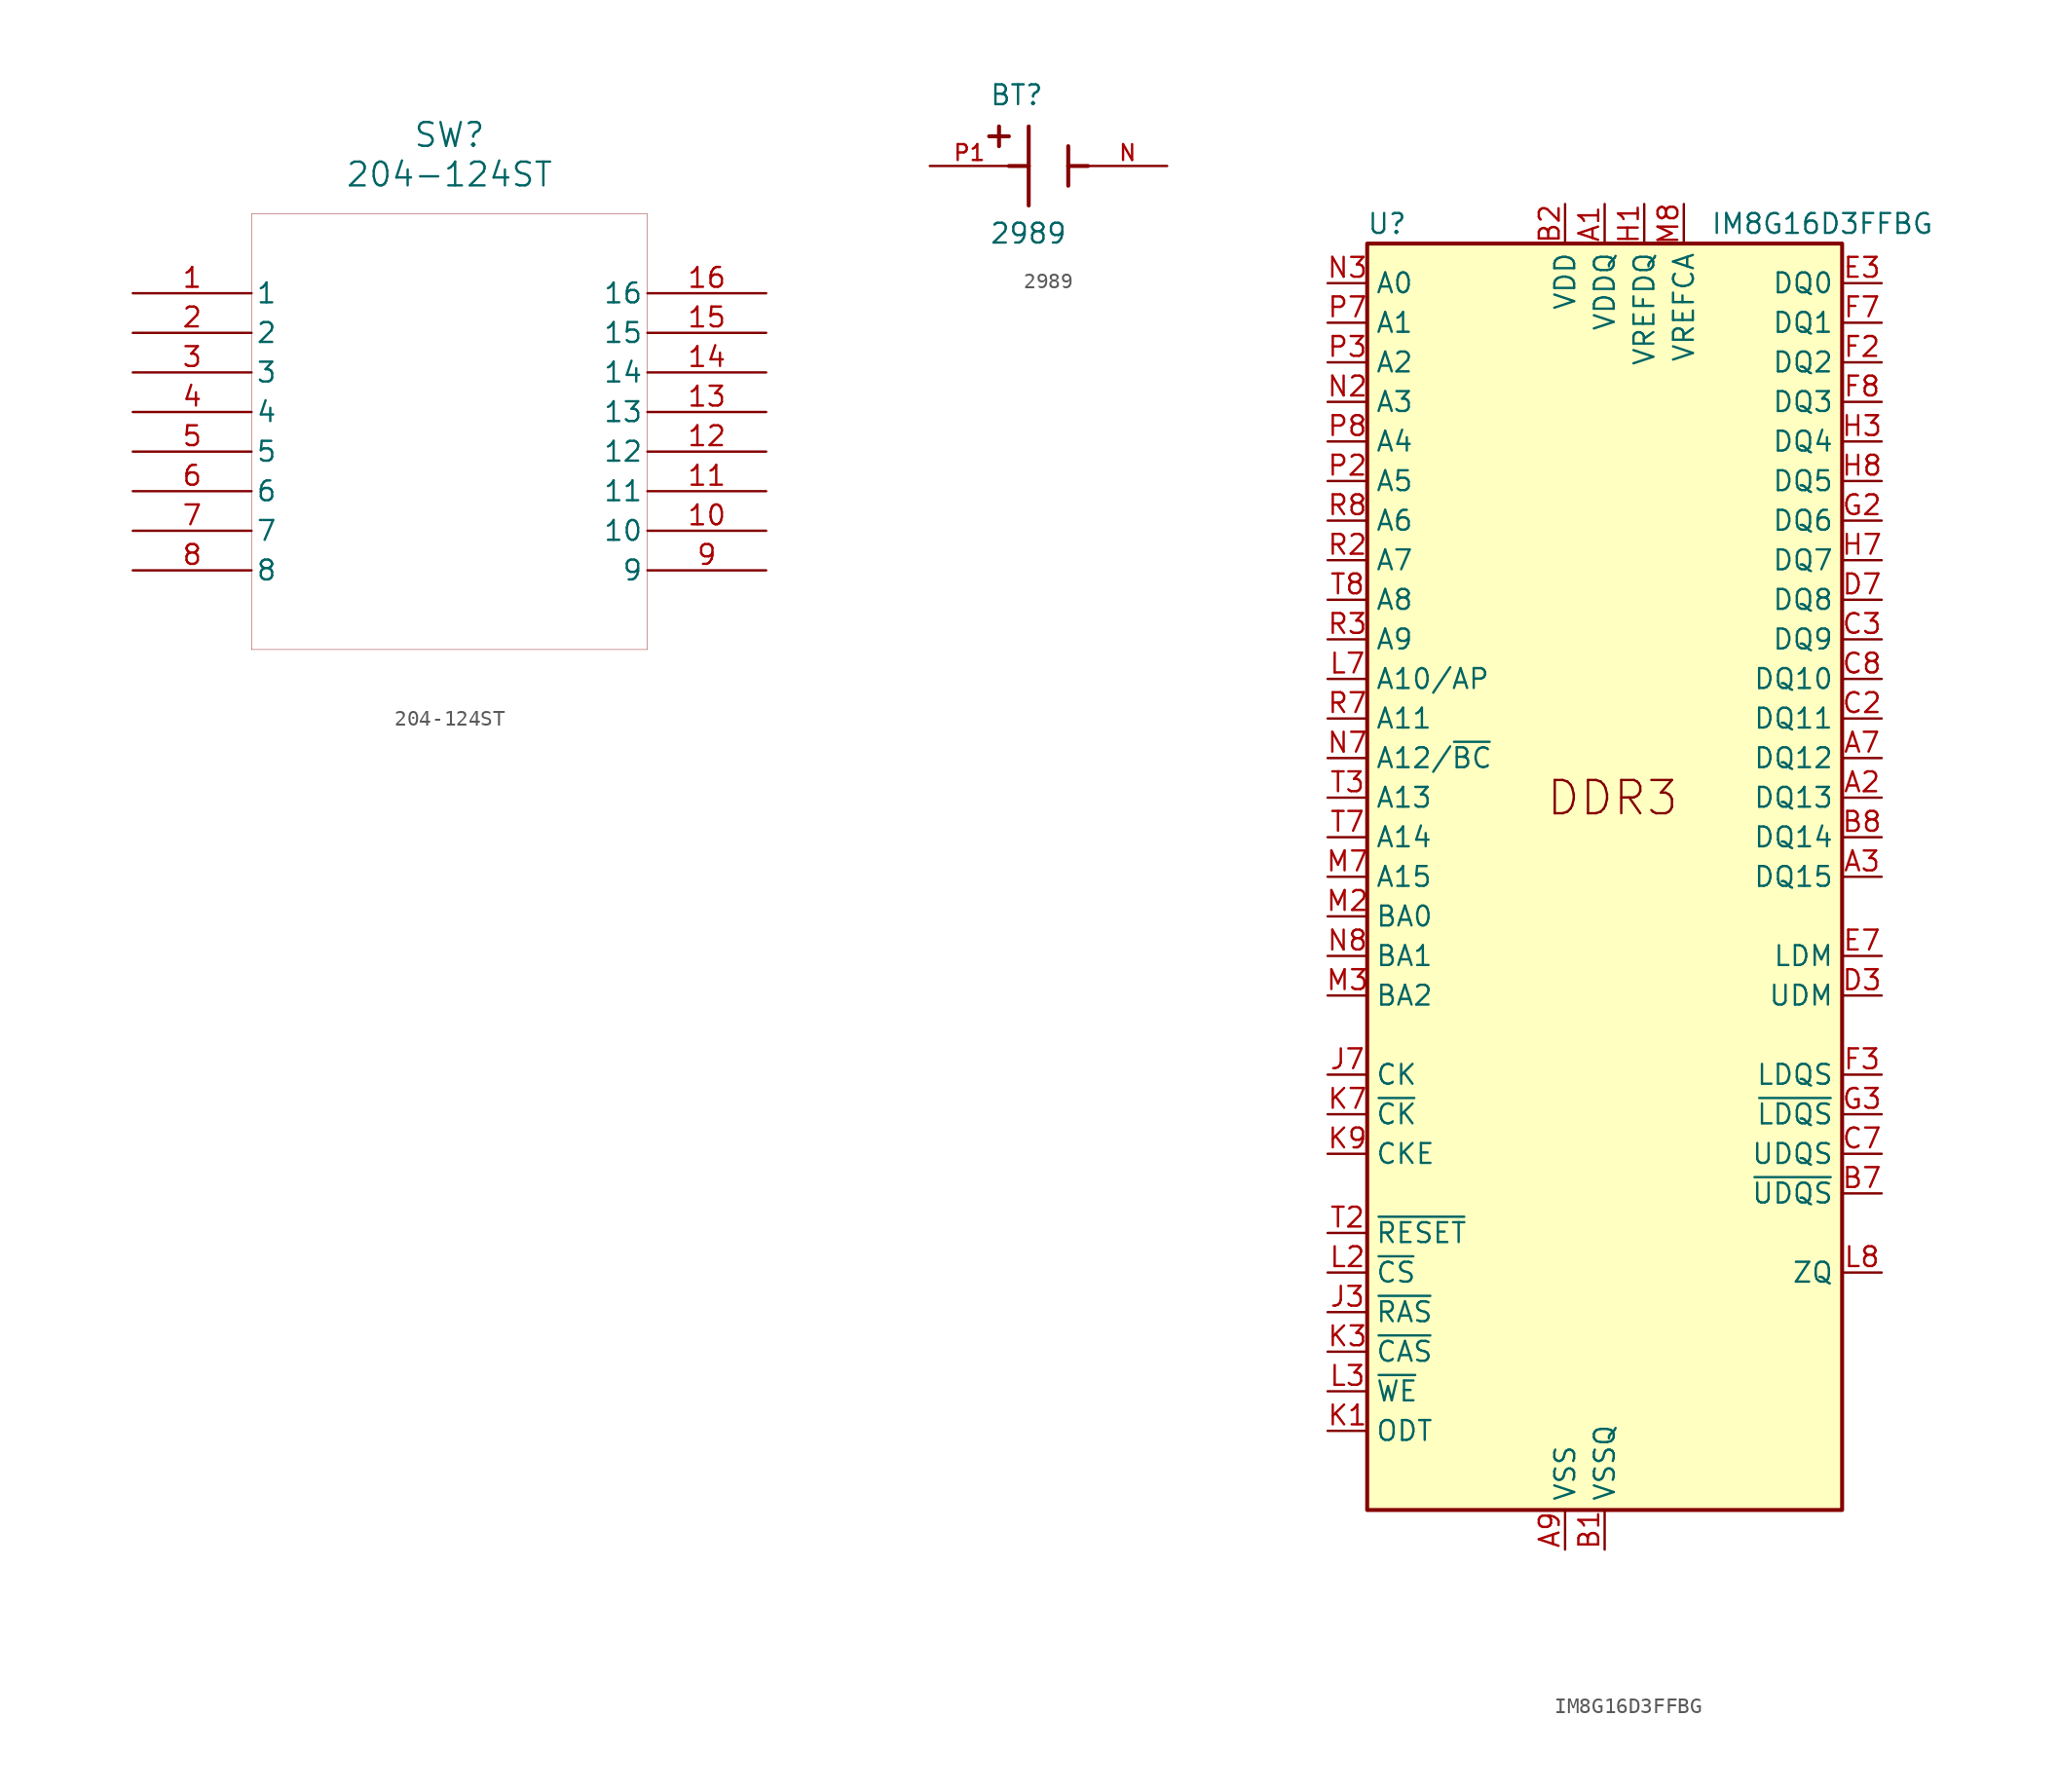
<source format=kicad_sym>
(kicad_symbol_lib
  (version 20231120)
  (generator "kicad_symbol_editor")
  (generator_version "8.0")
  (symbol "204-124ST"
    (pin_names
      (offset 0.254))
    (property "Reference" "SW"
      (at 20.32 10.16 0)
      (effects (font (size 1.524 1.524))))
    (property "Value" "204-124ST"
      (at 20.32 7.62 0)
      (effects (font (size 1.524 1.524))))
    (symbol "204-124ST_0_1"
      (polyline (pts (xy 7.62 -22.86) (xy 33.02 -22.86)) (stroke (width 0.025) (type default)) (fill (type none)))
      (polyline (pts (xy 7.62 5.08) (xy 7.62 -22.86)) (stroke (width 0.025) (type default)) (fill (type none)))
      (polyline (pts (xy 33.02 -22.86) (xy 33.02 5.08)) (stroke (width 0.025) (type default)) (fill (type none)))
      (polyline (pts (xy 33.02 5.08) (xy 7.62 5.08)) (stroke (width 0.025) (type default)) (fill (type none)))
      (pin unspecified line (at 0 0 0) (length 7.62) (name "1" (effects (font (size 1.27 1.27)))) (number "1" (effects (font (size 1.27 1.27)))))
      (pin unspecified line (at 40.64 -15.24 180) (length 7.62) (name "10" (effects (font (size 1.27 1.27)))) (number "10" (effects (font (size 1.27 1.27)))))
      (pin unspecified line (at 40.64 -12.7 180) (length 7.62) (name "11" (effects (font (size 1.27 1.27)))) (number "11" (effects (font (size 1.27 1.27)))))
      (pin unspecified line (at 40.64 -10.16 180) (length 7.62) (name "12" (effects (font (size 1.27 1.27)))) (number "12" (effects (font (size 1.27 1.27)))))
      (pin unspecified line (at 40.64 -7.62 180) (length 7.62) (name "13" (effects (font (size 1.27 1.27)))) (number "13" (effects (font (size 1.27 1.27)))))
      (pin unspecified line (at 40.64 -5.08 180) (length 7.62) (name "14" (effects (font (size 1.27 1.27)))) (number "14" (effects (font (size 1.27 1.27)))))
      (pin unspecified line (at 40.64 -2.54 180) (length 7.62) (name "15" (effects (font (size 1.27 1.27)))) (number "15" (effects (font (size 1.27 1.27)))))
      (pin unspecified line (at 40.64 0 180) (length 7.62) (name "16" (effects (font (size 1.27 1.27)))) (number "16" (effects (font (size 1.27 1.27)))))
      (pin unspecified line (at 0 -2.54 0) (length 7.62) (name "2" (effects (font (size 1.27 1.27)))) (number "2" (effects (font (size 1.27 1.27)))))
      (pin unspecified line (at 0 -5.08 0) (length 7.62) (name "3" (effects (font (size 1.27 1.27)))) (number "3" (effects (font (size 1.27 1.27)))))
      (pin unspecified line (at 0 -7.62 0) (length 7.62) (name "4" (effects (font (size 1.27 1.27)))) (number "4" (effects (font (size 1.27 1.27)))))
      (pin unspecified line (at 0 -10.16 0) (length 7.62) (name "5" (effects (font (size 1.27 1.27)))) (number "5" (effects (font (size 1.27 1.27)))))
      (pin unspecified line (at 0 -12.7 0) (length 7.62) (name "6" (effects (font (size 1.27 1.27)))) (number "6" (effects (font (size 1.27 1.27)))))
      (pin unspecified line (at 0 -15.24 0) (length 7.62) (name "7" (effects (font (size 1.27 1.27)))) (number "7" (effects (font (size 1.27 1.27)))))
      (pin unspecified line (at 0 -17.78 0) (length 7.62) (name "8" (effects (font (size 1.27 1.27)))) (number "8" (effects (font (size 1.27 1.27)))))
      (pin unspecified line (at 40.64 -17.78 180) (length 7.62) (name "9" (effects (font (size 1.27 1.27)))) (number "9" (effects (font (size 1.27 1.27)))))))
  (symbol "2989"
    (pin_names
      (offset 1.016))
    (property "Reference" "BT"
      (at -3.81 3.81 0)
      (effects (font (size 1.27 1.27)) (justify left bottom)))
    (property "Value" "2989"
      (at -3.81 -5.08 0)
      (effects (font (size 1.27 1.27)) (justify left bottom)))
    (symbol "2989_0_0"
      (polyline (pts (xy -3.81 1.905) (xy -2.54 1.905)) (stroke (width 0.254) (type default)) (fill (type none)))
      (polyline (pts (xy -3.175 2.54) (xy -3.175 1.27)) (stroke (width 0.254) (type default)) (fill (type none)))
      (polyline (pts (xy -1.27 0) (xy -2.54 0)) (stroke (width 0.254) (type default)) (fill (type none)))
      (polyline (pts (xy -1.27 0) (xy -1.27 -2.54)) (stroke (width 0.254) (type default)) (fill (type none)))
      (polyline (pts (xy -1.27 2.54) (xy -1.27 0)) (stroke (width 0.254) (type default)) (fill (type none)))
      (polyline (pts (xy 1.27 0) (xy 1.27 -1.27)) (stroke (width 0.254) (type default)) (fill (type none)))
      (polyline (pts (xy 1.27 0) (xy 2.54 0)) (stroke (width 0.254) (type default)) (fill (type none)))
      (polyline (pts (xy 1.27 1.27) (xy 1.27 0)) (stroke (width 0.254) (type default)) (fill (type none)))
      (pin passive line (at 7.62 0 180) (length 5.08) (name "~" (effects (font (size 1.016 1.016)))) (number "N" (effects (font (size 1.016 1.016)))))
      (pin passive line (at -7.62 0 0) (length 5.08) (name "~" (effects (font (size 1.016 1.016)))) (number "P1" (effects (font (size 1.016 1.016)))))))
  (symbol "IM8G16D3FFBG"
    (property "Reference" "U"
      (at -13.97 41.91 0)
      (effects (font (size 1.27 1.27))))
    (property "Value" "IM8G16D3FFBG"
      (at 13.97 41.91 0)
      (effects (font (size 1.27 1.27))))
    (symbol "IM8G16D3FFBG_0_1"
      (rectangle (start -15.24 40.64) (end 15.24 -40.64) (stroke (width 0.254) (type default)) (fill (type background)))
      (pin power_in line (at 0 43.18 270) (length 2.54) (name "VDDQ" (effects (font (size 1.27 1.27)))) (number "A1" (effects (font (size 1.27 1.27)))))
      (pin passive line (at 0 43.18 270) (length 2.54) hide (name "VDDQ" (effects (font (size 1.27 1.27)))) (number "A8" (effects (font (size 1.27 1.27)))))
      (pin power_in line (at -2.54 -43.18 90) (length 2.54) (name "VSS" (effects (font (size 1.27 1.27)))) (number "A9" (effects (font (size 1.27 1.27)))))
      (pin power_in line (at 0 -43.18 90) (length 2.54) (name "VSSQ" (effects (font (size 1.27 1.27)))) (number "B1" (effects (font (size 1.27 1.27)))))
      (pin power_in line (at -2.54 43.18 270) (length 2.54) (name "VDD" (effects (font (size 1.27 1.27)))) (number "B2" (effects (font (size 1.27 1.27)))))
      (pin passive line (at -2.54 -43.18 90) (length 2.54) hide (name "VSS" (effects (font (size 1.27 1.27)))) (number "B3" (effects (font (size 1.27 1.27)))))
      (pin passive line (at 0 -43.18 90) (length 2.54) hide (name "VSSQ" (effects (font (size 1.27 1.27)))) (number "B9" (effects (font (size 1.27 1.27)))))
      (pin passive line (at 0 43.18 270) (length 2.54) hide (name "VDDQ" (effects (font (size 1.27 1.27)))) (number "C1" (effects (font (size 1.27 1.27)))))
      (pin passive line (at 0 43.18 270) (length 2.54) hide (name "VDDQ" (effects (font (size 1.27 1.27)))) (number "C9" (effects (font (size 1.27 1.27)))))
      (pin passive line (at 0 -43.18 90) (length 2.54) hide (name "VSSQ" (effects (font (size 1.27 1.27)))) (number "D1" (effects (font (size 1.27 1.27)))))
      (pin passive line (at 0 43.18 270) (length 2.54) hide (name "VDDQ" (effects (font (size 1.27 1.27)))) (number "D2" (effects (font (size 1.27 1.27)))))
      (pin passive line (at 0 -43.18 90) (length 2.54) hide (name "VSSQ" (effects (font (size 1.27 1.27)))) (number "D8" (effects (font (size 1.27 1.27)))))
      (pin passive line (at -2.54 43.18 270) (length 2.54) hide (name "VDD" (effects (font (size 1.27 1.27)))) (number "D9" (effects (font (size 1.27 1.27)))))
      (pin passive line (at -2.54 -43.18 90) (length 2.54) hide (name "VSS" (effects (font (size 1.27 1.27)))) (number "E1" (effects (font (size 1.27 1.27)))))
      (pin passive line (at 0 -43.18 90) (length 2.54) hide (name "VSSQ" (effects (font (size 1.27 1.27)))) (number "E2" (effects (font (size 1.27 1.27)))))
      (pin bidirectional line (at 17.78 38.1 180) (length 2.54) (name "DQ0" (effects (font (size 1.27 1.27)))) (number "E3" (effects (font (size 1.27 1.27)))))
      (pin passive line (at 0 -43.18 90) (length 2.54) hide (name "VSSQ" (effects (font (size 1.27 1.27)))) (number "E8" (effects (font (size 1.27 1.27)))))
      (pin passive line (at 0 43.18 270) (length 2.54) hide (name "VDDQ" (effects (font (size 1.27 1.27)))) (number "E9" (effects (font (size 1.27 1.27)))))
      (pin passive line (at 0 43.18 270) (length 2.54) hide (name "VDDQ" (effects (font (size 1.27 1.27)))) (number "F1" (effects (font (size 1.27 1.27)))))
      (pin bidirectional line (at 17.78 33.02 180) (length 2.54) (name "DQ2" (effects (font (size 1.27 1.27)))) (number "F2" (effects (font (size 1.27 1.27)))))
      (pin bidirectional line (at 17.78 35.56 180) (length 2.54) (name "DQ1" (effects (font (size 1.27 1.27)))) (number "F7" (effects (font (size 1.27 1.27)))))
      (pin bidirectional line (at 17.78 30.48 180) (length 2.54) (name "DQ3" (effects (font (size 1.27 1.27)))) (number "F8" (effects (font (size 1.27 1.27)))))
      (pin passive line (at 0 -43.18 90) (length 2.54) hide (name "VSSQ" (effects (font (size 1.27 1.27)))) (number "F9" (effects (font (size 1.27 1.27)))))
      (pin passive line (at 0 -43.18 90) (length 2.54) hide (name "VSSQ" (effects (font (size 1.27 1.27)))) (number "G1" (effects (font (size 1.27 1.27)))))
      (pin bidirectional line (at 17.78 22.86 180) (length 2.54) (name "DQ6" (effects (font (size 1.27 1.27)))) (number "G2" (effects (font (size 1.27 1.27)))))
      (pin passive line (at -2.54 43.18 270) (length 2.54) hide (name "VDD" (effects (font (size 1.27 1.27)))) (number "G7" (effects (font (size 1.27 1.27)))))
      (pin passive line (at -2.54 -43.18 90) (length 2.54) hide (name "VSS" (effects (font (size 1.27 1.27)))) (number "G8" (effects (font (size 1.27 1.27)))))
      (pin passive line (at 0 -43.18 90) (length 2.54) hide (name "VSSQ" (effects (font (size 1.27 1.27)))) (number "G9" (effects (font (size 1.27 1.27)))))
      (pin power_in line (at 2.54 43.18 270) (length 2.54) (name "VREFDQ" (effects (font (size 1.27 1.27)))) (number "H1" (effects (font (size 1.27 1.27)))))
      (pin passive line (at 0 43.18 270) (length 2.54) hide (name "VDDQ" (effects (font (size 1.27 1.27)))) (number "H2" (effects (font (size 1.27 1.27)))))
      (pin bidirectional line (at 17.78 27.94 180) (length 2.54) (name "DQ4" (effects (font (size 1.27 1.27)))) (number "H3" (effects (font (size 1.27 1.27)))))
      (pin bidirectional line (at 17.78 20.32 180) (length 2.54) (name "DQ7" (effects (font (size 1.27 1.27)))) (number "H7" (effects (font (size 1.27 1.27)))))
      (pin bidirectional line (at 17.78 25.4 180) (length 2.54) (name "DQ5" (effects (font (size 1.27 1.27)))) (number "H8" (effects (font (size 1.27 1.27)))))
      (pin passive line (at 0 43.18 270) (length 2.54) hide (name "VDDQ" (effects (font (size 1.27 1.27)))) (number "H9" (effects (font (size 1.27 1.27)))))
      (pin passive line (at -2.54 -43.18 90) (length 2.54) hide (name "VSS" (effects (font (size 1.27 1.27)))) (number "J2" (effects (font (size 1.27 1.27)))))
      (pin passive line (at -2.54 -43.18 90) (length 2.54) hide (name "VSS" (effects (font (size 1.27 1.27)))) (number "J8" (effects (font (size 1.27 1.27)))))
      (pin passive line (at -2.54 43.18 270) (length 2.54) hide (name "VDD" (effects (font (size 1.27 1.27)))) (number "K2" (effects (font (size 1.27 1.27)))))
      (pin passive line (at -2.54 43.18 270) (length 2.54) hide (name "VDD" (effects (font (size 1.27 1.27)))) (number "K8" (effects (font (size 1.27 1.27)))))
      (pin input line (at -17.78 -25.4 0) (length 2.54) (name "~{CS}" (effects (font (size 1.27 1.27)))) (number "L2" (effects (font (size 1.27 1.27)))))
      (pin input line (at -17.78 12.7 0) (length 2.54) (name "A10/AP" (effects (font (size 1.27 1.27)))) (number "L7" (effects (font (size 1.27 1.27)))))
      (pin passive line (at -2.54 -43.18 90) (length 2.54) hide (name "VSS" (effects (font (size 1.27 1.27)))) (number "M1" (effects (font (size 1.27 1.27)))))
      (pin passive line (at -2.54 -43.18 90) (length 2.54) hide (name "VSS" (effects (font (size 1.27 1.27)))) (number "M9" (effects (font (size 1.27 1.27)))))
      (pin passive line (at -2.54 43.18 270) (length 2.54) hide (name "VDD" (effects (font (size 1.27 1.27)))) (number "N1" (effects (font (size 1.27 1.27)))))
      (pin input line (at -17.78 30.48 0) (length 2.54) (name "A3" (effects (font (size 1.27 1.27)))) (number "N2" (effects (font (size 1.27 1.27)))))
      (pin input line (at -17.78 38.1 0) (length 2.54) (name "A0" (effects (font (size 1.27 1.27)))) (number "N3" (effects (font (size 1.27 1.27)))))
      (pin input line (at -17.78 7.62 0) (length 2.54) (name "A12/~{BC}" (effects (font (size 1.27 1.27)))) (number "N7" (effects (font (size 1.27 1.27)))))
      (pin passive line (at -2.54 43.18 270) (length 2.54) hide (name "VDD" (effects (font (size 1.27 1.27)))) (number "N9" (effects (font (size 1.27 1.27)))))
      (pin passive line (at -2.54 -43.18 90) (length 2.54) hide (name "VSS" (effects (font (size 1.27 1.27)))) (number "P1" (effects (font (size 1.27 1.27)))))
      (pin input line (at -17.78 25.4 0) (length 2.54) (name "A5" (effects (font (size 1.27 1.27)))) (number "P2" (effects (font (size 1.27 1.27)))))
      (pin input line (at -17.78 33.02 0) (length 2.54) (name "A2" (effects (font (size 1.27 1.27)))) (number "P3" (effects (font (size 1.27 1.27)))))
      (pin input line (at -17.78 35.56 0) (length 2.54) (name "A1" (effects (font (size 1.27 1.27)))) (number "P7" (effects (font (size 1.27 1.27)))))
      (pin input line (at -17.78 27.94 0) (length 2.54) (name "A4" (effects (font (size 1.27 1.27)))) (number "P8" (effects (font (size 1.27 1.27)))))
      (pin passive line (at -2.54 -43.18 90) (length 2.54) hide (name "VSS" (effects (font (size 1.27 1.27)))) (number "P9" (effects (font (size 1.27 1.27)))))
      (pin passive line (at -2.54 43.18 270) (length 2.54) hide (name "VDD" (effects (font (size 1.27 1.27)))) (number "R1" (effects (font (size 1.27 1.27)))))
      (pin input line (at -17.78 20.32 0) (length 2.54) (name "A7" (effects (font (size 1.27 1.27)))) (number "R2" (effects (font (size 1.27 1.27)))))
      (pin input line (at -17.78 15.24 0) (length 2.54) (name "A9" (effects (font (size 1.27 1.27)))) (number "R3" (effects (font (size 1.27 1.27)))))
      (pin input line (at -17.78 10.16 0) (length 2.54) (name "A11" (effects (font (size 1.27 1.27)))) (number "R7" (effects (font (size 1.27 1.27)))))
      (pin input line (at -17.78 22.86 0) (length 2.54) (name "A6" (effects (font (size 1.27 1.27)))) (number "R8" (effects (font (size 1.27 1.27)))))
      (pin passive line (at -2.54 43.18 270) (length 2.54) hide (name "VDD" (effects (font (size 1.27 1.27)))) (number "R9" (effects (font (size 1.27 1.27)))))
      (pin passive line (at -2.54 -43.18 90) (length 2.54) hide (name "VSS" (effects (font (size 1.27 1.27)))) (number "T1" (effects (font (size 1.27 1.27)))))
      (pin input line (at -17.78 -22.86 0) (length 2.54) (name "~{RESET}" (effects (font (size 1.27 1.27)))) (number "T2" (effects (font (size 1.27 1.27)))))
      (pin input line (at -17.78 5.08 0) (length 2.54) (name "A13" (effects (font (size 1.27 1.27)))) (number "T3" (effects (font (size 1.27 1.27)))))
      (pin input line (at -17.78 2.54 0) (length 2.54) (name "A14" (effects (font (size 1.27 1.27)))) (number "T7" (effects (font (size 1.27 1.27)))))
      (pin input line (at -17.78 17.78 0) (length 2.54) (name "A8" (effects (font (size 1.27 1.27)))) (number "T8" (effects (font (size 1.27 1.27)))))
      (pin passive line (at -2.54 -43.18 90) (length 2.54) hide (name "VSS" (effects (font (size 1.27 1.27)))) (number "T9" (effects (font (size 1.27 1.27))))))
    (symbol "IM8G16D3FFBG_1_0"
      (pin input line (at -17.78 0 0) (length 2.54) (name "A15" (effects (font (size 1.27 1.27)))) (number "M7" (effects (font (size 1.27 1.27))))))
    (symbol "IM8G16D3FFBG_1_1"
      (text "DDR3" (at -3.81 3.81 0) (effects (font (size 2.134 2.134)) (justify left bottom)))
      (pin bidirectional line (at 17.78 5.08 180) (length 2.54) (name "DQ13" (effects (font (size 1.27 1.27)))) (number "A2" (effects (font (size 1.27 1.27)))))
      (pin bidirectional line (at 17.78 0 180) (length 2.54) (name "DQ15" (effects (font (size 1.27 1.27)))) (number "A3" (effects (font (size 1.27 1.27)))))
      (pin bidirectional line (at 17.78 7.62 180) (length 2.54) (name "DQ12" (effects (font (size 1.27 1.27)))) (number "A7" (effects (font (size 1.27 1.27)))))
      (pin bidirectional line (at 17.78 -20.32 180) (length 2.54) (name "~{UDQS}" (effects (font (size 1.27 1.27)))) (number "B7" (effects (font (size 1.27 1.27)))))
      (pin bidirectional line (at 17.78 2.54 180) (length 2.54) (name "DQ14" (effects (font (size 1.27 1.27)))) (number "B8" (effects (font (size 1.27 1.27)))))
      (pin bidirectional line (at 17.78 10.16 180) (length 2.54) (name "DQ11" (effects (font (size 1.27 1.27)))) (number "C2" (effects (font (size 1.27 1.27)))))
      (pin bidirectional line (at 17.78 15.24 180) (length 2.54) (name "DQ9" (effects (font (size 1.27 1.27)))) (number "C3" (effects (font (size 1.27 1.27)))))
      (pin bidirectional line (at 17.78 -17.78 180) (length 2.54) (name "UDQS" (effects (font (size 1.27 1.27)))) (number "C7" (effects (font (size 1.27 1.27)))))
      (pin bidirectional line (at 17.78 12.7 180) (length 2.54) (name "DQ10" (effects (font (size 1.27 1.27)))) (number "C8" (effects (font (size 1.27 1.27)))))
      (pin input line (at 17.78 -7.62 180) (length 2.54) (name "UDM" (effects (font (size 1.27 1.27)))) (number "D3" (effects (font (size 1.27 1.27)))))
      (pin bidirectional line (at 17.78 17.78 180) (length 2.54) (name "DQ8" (effects (font (size 1.27 1.27)))) (number "D7" (effects (font (size 1.27 1.27)))))
      (pin input line (at 17.78 -5.08 180) (length 2.54) (name "LDM" (effects (font (size 1.27 1.27)))) (number "E7" (effects (font (size 1.27 1.27)))))
      (pin bidirectional line (at 17.78 -12.7 180) (length 2.54) (name "LDQS" (effects (font (size 1.27 1.27)))) (number "F3" (effects (font (size 1.27 1.27)))))
      (pin bidirectional line (at 17.78 -15.24 180) (length 2.54) (name "~{LDQS}" (effects (font (size 1.27 1.27)))) (number "G3" (effects (font (size 1.27 1.27)))))
      (pin no_connect line (at 15.24 -27.94 180) (length 2.54) hide (name "NC" (effects (font (size 1.27 1.27)))) (number "J1" (effects (font (size 1.27 1.27)))))
      (pin input line (at -17.78 -27.94 0) (length 2.54) (name "~{RAS}" (effects (font (size 1.27 1.27)))) (number "J3" (effects (font (size 1.27 1.27)))))
      (pin input line (at -17.78 -12.7 0) (length 2.54) (name "CK" (effects (font (size 1.27 1.27)))) (number "J7" (effects (font (size 1.27 1.27)))))
      (pin no_connect line (at 15.24 -30.48 180) (length 2.54) hide (name "NC" (effects (font (size 1.27 1.27)))) (number "J9" (effects (font (size 1.27 1.27)))))
      (pin input line (at -17.78 -35.56 0) (length 2.54) (name "ODT" (effects (font (size 1.27 1.27)))) (number "K1" (effects (font (size 1.27 1.27)))))
      (pin input line (at -17.78 -30.48 0) (length 2.54) (name "~{CAS}" (effects (font (size 1.27 1.27)))) (number "K3" (effects (font (size 1.27 1.27)))))
      (pin input line (at -17.78 -15.24 0) (length 2.54) (name "~{CK}" (effects (font (size 1.27 1.27)))) (number "K7" (effects (font (size 1.27 1.27)))))
      (pin input line (at -17.78 -17.78 0) (length 2.54) (name "CKE" (effects (font (size 1.27 1.27)))) (number "K9" (effects (font (size 1.27 1.27)))))
      (pin no_connect line (at 15.24 -33.02 180) (length 2.54) hide (name "NC" (effects (font (size 1.27 1.27)))) (number "L1" (effects (font (size 1.27 1.27)))))
      (pin input line (at -17.78 -33.02 0) (length 2.54) (name "~{WE}" (effects (font (size 1.27 1.27)))) (number "L3" (effects (font (size 1.27 1.27)))))
      (pin input line (at 17.78 -25.4 180) (length 2.54) (name "ZQ" (effects (font (size 1.27 1.27)))) (number "L8" (effects (font (size 1.27 1.27)))))
      (pin no_connect line (at 15.24 -35.56 180) (length 2.54) hide (name "NC" (effects (font (size 1.27 1.27)))) (number "L9" (effects (font (size 1.27 1.27)))))
      (pin input line (at -17.78 -2.54 0) (length 2.54) (name "BA0" (effects (font (size 1.27 1.27)))) (number "M2" (effects (font (size 1.27 1.27)))))
      (pin input line (at -17.78 -7.62 0) (length 2.54) (name "BA2" (effects (font (size 1.27 1.27)))) (number "M3" (effects (font (size 1.27 1.27)))))
      (pin no_connect line (at 15.24 -38.1 180) (length 2.54) hide (name "NC" (effects (font (size 1.27 1.27)))) (number "M7" (effects (font (size 1.27 1.27)))))
      (pin power_in line (at 5.08 43.18 270) (length 2.54) (name "VREFCA" (effects (font (size 1.27 1.27)))) (number "M8" (effects (font (size 1.27 1.27)))))
      (pin input line (at -17.78 -5.08 0) (length 2.54) (name "BA1" (effects (font (size 1.27 1.27)))) (number "N8" (effects (font (size 1.27 1.27))))))))
</source>
